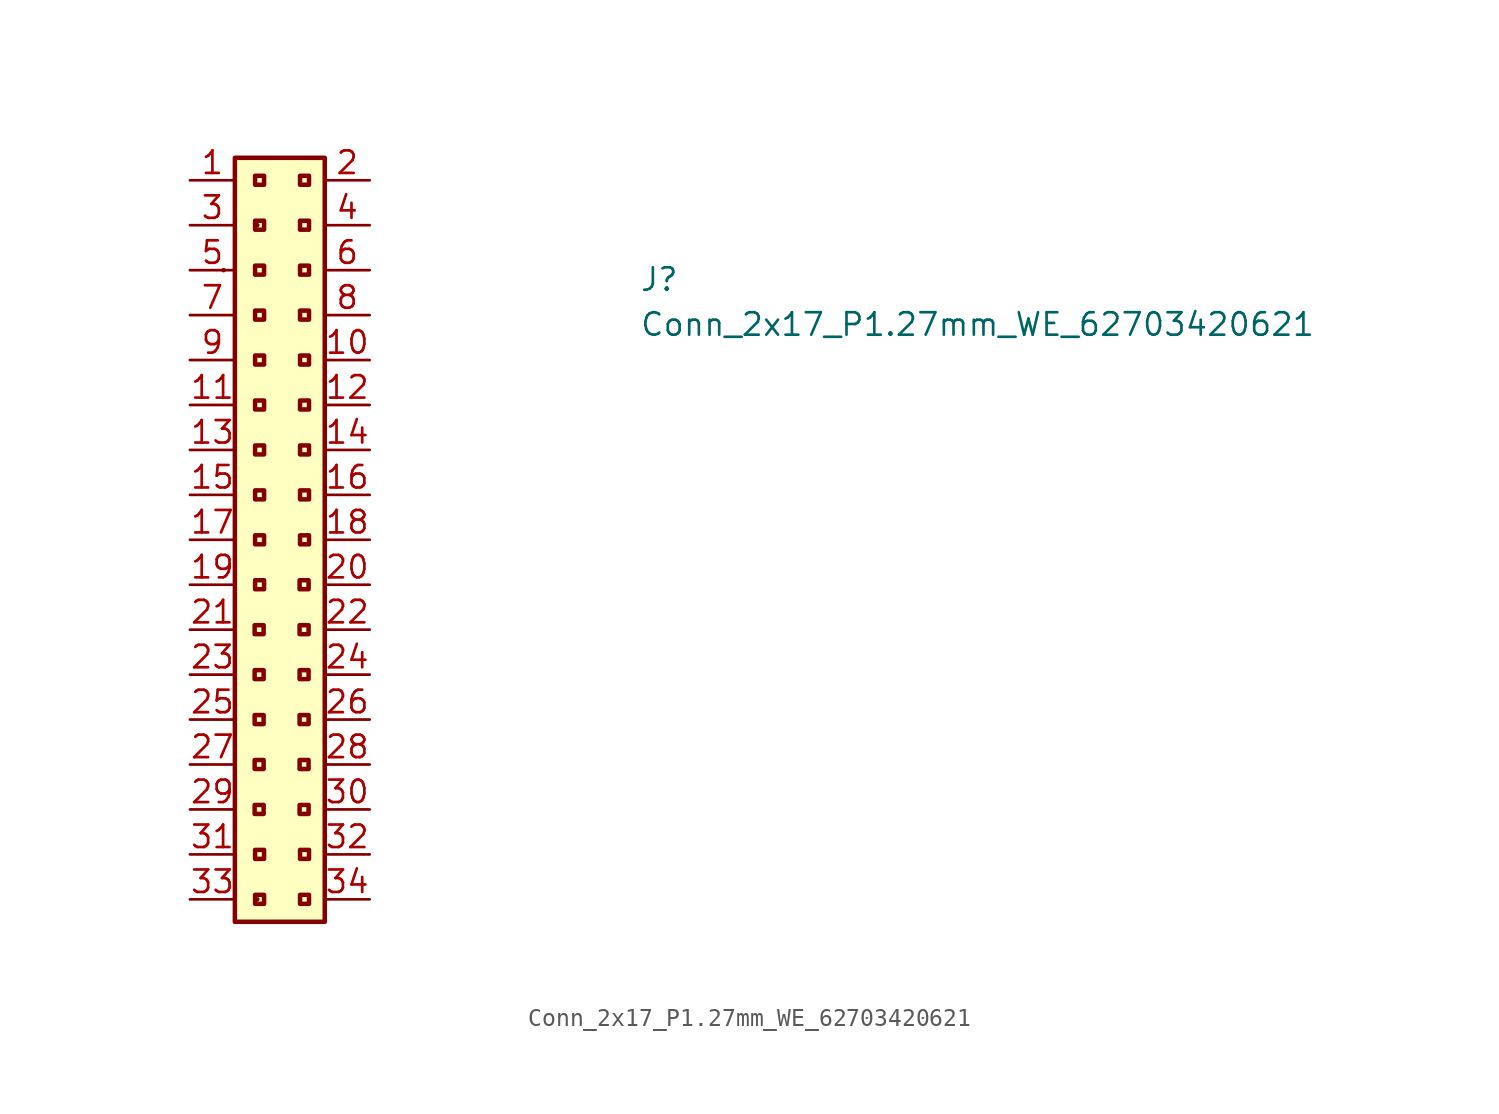
<source format=kicad_sym>
(kicad_symbol_lib
  (version 20211014)
  (generator kicad_symbol_editor)
  (symbol "Conn_2x17_P1.27mm_WE_62703420621"
    (property "Reference" "J"
      (at 25.4 -6.35 0)
      (effects (font (size 1.27 1.27) (thickness 0.15)) (justify left bottom)))
    (property "Value" "Conn_2x17_P1.27mm_WE_62703420621"
      (at 25.4 -8.89 0)
      (effects (font (size 1.27 1.27) (thickness 0.15)) (justify left bottom)))
    (symbol "Conn_2x17_P1.27mm_WE_62703420621_1_1"
      (rectangle (start 1.905 -5.08) (end 1.905 -5.08) (stroke (width 0.254) (type default) (color 0 0 0 0)) (fill (type background)))
      (rectangle (start 2.54 1.27) (end 7.62 -41.91) (stroke (width 0.254) (type default) (color 0 0 0 0)) (fill (type background)))
      (rectangle (start 3.81 -40.64) (end 3.81 -40.64) (stroke (width 0.254) (type default) (color 0 0 0 0)) (fill (type background)))
      (rectangle (start 3.81 -2.54) (end 3.81 -2.54) (stroke (width 0.254) (type default) (color 0 0 0 0)) (fill (type background)))
      (rectangle (start 4.166 -35.814) (end 3.658 -35.306) (stroke (width 0.254) (type default) (color 0 0 0 0)) (fill (type background)))
      (rectangle (start 4.166 -33.274) (end 3.658 -32.766) (stroke (width 0.254) (type default) (color 0 0 0 0)) (fill (type background)))
      (rectangle (start 4.166 -30.734) (end 3.658 -30.226) (stroke (width 0.254) (type default) (color 0 0 0 0)) (fill (type background)))
      (rectangle (start 4.166 -28.194) (end 3.658 -27.686) (stroke (width 0.254) (type default) (color 0 0 0 0)) (fill (type background)))
      (rectangle (start 4.166 -25.654) (end 3.658 -25.146) (stroke (width 0.254) (type default) (color 0 0 0 0)) (fill (type background)))
      (rectangle (start 4.191 -40.894) (end 3.683 -40.386) (stroke (width 0.254) (type default) (color 0 0 0 0)) (fill (type background)))
      (rectangle (start 4.191 -38.354) (end 3.683 -37.846) (stroke (width 0.254) (type default) (color 0 0 0 0)) (fill (type background)))
      (rectangle (start 4.191 -23.114) (end 3.683 -22.606) (stroke (width 0.254) (type default) (color 0 0 0 0)) (fill (type background)))
      (rectangle (start 4.191 -20.574) (end 3.683 -20.066) (stroke (width 0.254) (type default) (color 0 0 0 0)) (fill (type background)))
      (rectangle (start 4.191 -18.034) (end 3.683 -17.526) (stroke (width 0.254) (type default) (color 0 0 0 0)) (fill (type background)))
      (rectangle (start 4.191 -15.494) (end 3.683 -14.986) (stroke (width 0.254) (type default) (color 0 0 0 0)) (fill (type background)))
      (rectangle (start 4.191 -12.954) (end 3.683 -12.446) (stroke (width 0.254) (type default) (color 0 0 0 0)) (fill (type background)))
      (rectangle (start 4.191 -10.414) (end 3.683 -9.906) (stroke (width 0.254) (type default) (color 0 0 0 0)) (fill (type background)))
      (rectangle (start 4.191 -7.874) (end 3.683 -7.366) (stroke (width 0.254) (type default) (color 0 0 0 0)) (fill (type background)))
      (rectangle (start 4.191 -5.334) (end 3.683 -4.826) (stroke (width 0.254) (type default) (color 0 0 0 0)) (fill (type background)))
      (rectangle (start 4.191 -2.794) (end 3.683 -2.286) (stroke (width 0.254) (type default) (color 0 0 0 0)) (fill (type background)))
      (rectangle (start 4.191 -0.254) (end 3.683 0.254) (stroke (width 0.254) (type default) (color 0 0 0 0)) (fill (type background)))
      (rectangle (start 6.706 -35.814) (end 6.198 -35.306) (stroke (width 0.254) (type default) (color 0 0 0 0)) (fill (type background)))
      (rectangle (start 6.706 -33.274) (end 6.198 -32.766) (stroke (width 0.254) (type default) (color 0 0 0 0)) (fill (type background)))
      (rectangle (start 6.706 -30.734) (end 6.198 -30.226) (stroke (width 0.254) (type default) (color 0 0 0 0)) (fill (type background)))
      (rectangle (start 6.706 -28.194) (end 6.198 -27.686) (stroke (width 0.254) (type default) (color 0 0 0 0)) (fill (type background)))
      (rectangle (start 6.706 -25.654) (end 6.198 -25.146) (stroke (width 0.254) (type default) (color 0 0 0 0)) (fill (type background)))
      (rectangle (start 6.706 -23.114) (end 6.198 -22.606) (stroke (width 0.254) (type default) (color 0 0 0 0)) (fill (type background)))
      (rectangle (start 6.731 -40.894) (end 6.223 -40.386) (stroke (width 0.254) (type default) (color 0 0 0 0)) (fill (type background)))
      (rectangle (start 6.731 -38.354) (end 6.223 -37.846) (stroke (width 0.254) (type default) (color 0 0 0 0)) (fill (type background)))
      (rectangle (start 6.731 -20.574) (end 6.223 -20.066) (stroke (width 0.254) (type default) (color 0 0 0 0)) (fill (type background)))
      (rectangle (start 6.731 -18.034) (end 6.223 -17.526) (stroke (width 0.254) (type default) (color 0 0 0 0)) (fill (type background)))
      (rectangle (start 6.731 -15.494) (end 6.223 -14.986) (stroke (width 0.254) (type default) (color 0 0 0 0)) (fill (type background)))
      (rectangle (start 6.731 -12.954) (end 6.223 -12.446) (stroke (width 0.254) (type default) (color 0 0 0 0)) (fill (type background)))
      (rectangle (start 6.731 -10.414) (end 6.223 -9.906) (stroke (width 0.254) (type default) (color 0 0 0 0)) (fill (type background)))
      (rectangle (start 6.731 -7.874) (end 6.223 -7.366) (stroke (width 0.254) (type default) (color 0 0 0 0)) (fill (type background)))
      (rectangle (start 6.731 -5.334) (end 6.223 -4.826) (stroke (width 0.254) (type default) (color 0 0 0 0)) (fill (type background)))
      (rectangle (start 6.731 -2.794) (end 6.223 -2.286) (stroke (width 0.254) (type default) (color 0 0 0 0)) (fill (type background)))
      (rectangle (start 6.731 -0.254) (end 6.223 0.254) (stroke (width 0.254) (type default) (color 0 0 0 0)) (fill (type background)))
      (pin passive line (at 0 0 0) (length 2.54) (name "~" (effects (font (size 1.27 1.27)))) (number "1" (effects (font (size 1.27 1.27)))))
      (pin passive line (at 10.16 -10.16 180) (length 2.54) (name "~" (effects (font (size 1.27 1.27)))) (number "10" (effects (font (size 1.27 1.27)))))
      (pin passive line (at 0 -12.7 0) (length 2.54) (name "~" (effects (font (size 1.27 1.27)))) (number "11" (effects (font (size 1.27 1.27)))))
      (pin passive line (at 10.16 -12.7 180) (length 2.54) (name "~" (effects (font (size 1.27 1.27)))) (number "12" (effects (font (size 1.27 1.27)))))
      (pin passive line (at 0 -15.24 0) (length 2.54) (name "~" (effects (font (size 1.27 1.27)))) (number "13" (effects (font (size 1.27 1.27)))))
      (pin passive line (at 10.16 -15.24 180) (length 2.54) (name "~" (effects (font (size 1.27 1.27)))) (number "14" (effects (font (size 1.27 1.27)))))
      (pin passive line (at 0 -17.78 0) (length 2.54) (name "~" (effects (font (size 1.27 1.27)))) (number "15" (effects (font (size 1.27 1.27)))))
      (pin passive line (at 10.16 -17.78 180) (length 2.54) (name "~" (effects (font (size 1.27 1.27)))) (number "16" (effects (font (size 1.27 1.27)))))
      (pin passive line (at 0 -20.32 0) (length 2.54) (name "~" (effects (font (size 1.27 1.27)))) (number "17" (effects (font (size 1.27 1.27)))))
      (pin passive line (at 10.16 -20.32 180) (length 2.54) (name "~" (effects (font (size 1.27 1.27)))) (number "18" (effects (font (size 1.27 1.27)))))
      (pin passive line (at 0 -22.86 0) (length 2.54) (name "~" (effects (font (size 1.27 1.27)))) (number "19" (effects (font (size 1.27 1.27)))))
      (pin passive line (at 10.16 0 180) (length 2.54) (name "~" (effects (font (size 1.27 1.27)))) (number "2" (effects (font (size 1.27 1.27)))))
      (pin passive line (at 10.16 -22.86 180) (length 2.54) (name "~" (effects (font (size 1.27 1.27)))) (number "20" (effects (font (size 1.27 1.27)))))
      (pin passive line (at 0 -25.4 0) (length 2.54) (name "~" (effects (font (size 1.27 1.27)))) (number "21" (effects (font (size 1.27 1.27)))))
      (pin passive line (at 10.16 -25.4 180) (length 2.54) (name "~" (effects (font (size 1.27 1.27)))) (number "22" (effects (font (size 1.27 1.27)))))
      (pin passive line (at 0 -27.94 0) (length 2.54) (name "~" (effects (font (size 1.27 1.27)))) (number "23" (effects (font (size 1.27 1.27)))))
      (pin passive line (at 10.16 -27.94 180) (length 2.54) (name "~" (effects (font (size 1.27 1.27)))) (number "24" (effects (font (size 1.27 1.27)))))
      (pin passive line (at 0 -30.48 0) (length 2.54) (name "~" (effects (font (size 1.27 1.27)))) (number "25" (effects (font (size 1.27 1.27)))))
      (pin passive line (at 10.16 -30.48 180) (length 2.54) (name "~" (effects (font (size 1.27 1.27)))) (number "26" (effects (font (size 1.27 1.27)))))
      (pin passive line (at 0 -33.02 0) (length 2.54) (name "~" (effects (font (size 1.27 1.27)))) (number "27" (effects (font (size 1.27 1.27)))))
      (pin passive line (at 10.16 -33.02 180) (length 2.54) (name "~" (effects (font (size 1.27 1.27)))) (number "28" (effects (font (size 1.27 1.27)))))
      (pin passive line (at 0 -35.56 0) (length 2.54) (name "~" (effects (font (size 1.27 1.27)))) (number "29" (effects (font (size 1.27 1.27)))))
      (pin passive line (at 0 -2.54 0) (length 2.54) (name "~" (effects (font (size 1.27 1.27)))) (number "3" (effects (font (size 1.27 1.27)))))
      (pin passive line (at 10.16 -35.56 180) (length 2.54) (name "~" (effects (font (size 1.27 1.27)))) (number "30" (effects (font (size 1.27 1.27)))))
      (pin passive line (at 0 -38.1 0) (length 2.54) (name "~" (effects (font (size 1.27 1.27)))) (number "31" (effects (font (size 1.27 1.27)))))
      (pin passive line (at 10.16 -38.1 180) (length 2.54) (name "~" (effects (font (size 1.27 1.27)))) (number "32" (effects (font (size 1.27 1.27)))))
      (pin passive line (at 0 -40.64 0) (length 2.54) (name "~" (effects (font (size 1.27 1.27)))) (number "33" (effects (font (size 1.27 1.27)))))
      (pin passive line (at 10.16 -40.64 180) (length 2.54) (name "~" (effects (font (size 1.27 1.27)))) (number "34" (effects (font (size 1.27 1.27)))))
      (pin passive line (at 10.16 -2.54 180) (length 2.54) (name "~" (effects (font (size 1.27 1.27)))) (number "4" (effects (font (size 1.27 1.27)))))
      (pin passive line (at 0 -5.08 0) (length 2.54) (name "~" (effects (font (size 1.27 1.27)))) (number "5" (effects (font (size 1.27 1.27)))))
      (pin passive line (at 10.16 -5.08 180) (length 2.54) (name "~" (effects (font (size 1.27 1.27)))) (number "6" (effects (font (size 1.27 1.27)))))
      (pin passive line (at 0 -7.62 0) (length 2.54) (name "~" (effects (font (size 1.27 1.27)))) (number "7" (effects (font (size 1.27 1.27)))))
      (pin passive line (at 10.16 -7.62 180) (length 2.54) (name "~" (effects (font (size 1.27 1.27)))) (number "8" (effects (font (size 1.27 1.27)))))
      (pin passive line (at 0 -10.16 0) (length 2.54) (name "~" (effects (font (size 1.27 1.27)))) (number "9" (effects (font (size 1.27 1.27))))))))
</source>
